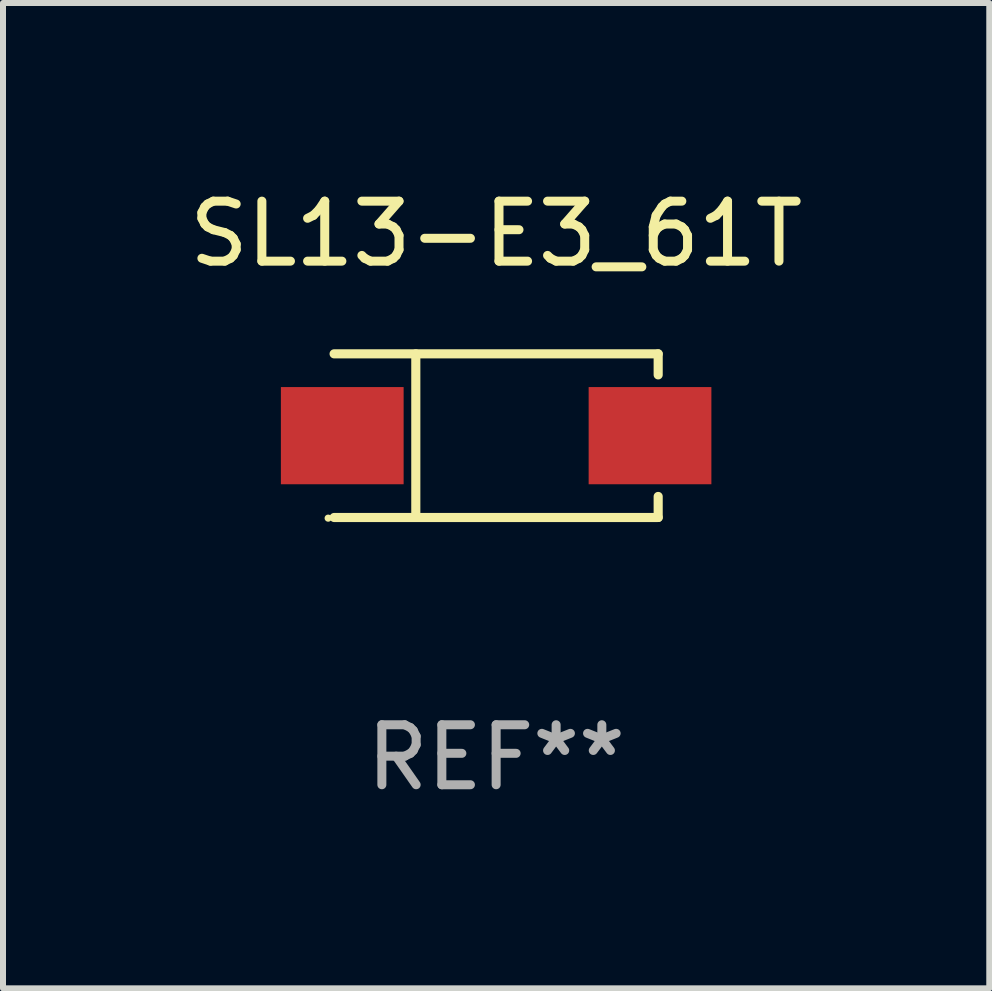
<source format=kicad_pcb>
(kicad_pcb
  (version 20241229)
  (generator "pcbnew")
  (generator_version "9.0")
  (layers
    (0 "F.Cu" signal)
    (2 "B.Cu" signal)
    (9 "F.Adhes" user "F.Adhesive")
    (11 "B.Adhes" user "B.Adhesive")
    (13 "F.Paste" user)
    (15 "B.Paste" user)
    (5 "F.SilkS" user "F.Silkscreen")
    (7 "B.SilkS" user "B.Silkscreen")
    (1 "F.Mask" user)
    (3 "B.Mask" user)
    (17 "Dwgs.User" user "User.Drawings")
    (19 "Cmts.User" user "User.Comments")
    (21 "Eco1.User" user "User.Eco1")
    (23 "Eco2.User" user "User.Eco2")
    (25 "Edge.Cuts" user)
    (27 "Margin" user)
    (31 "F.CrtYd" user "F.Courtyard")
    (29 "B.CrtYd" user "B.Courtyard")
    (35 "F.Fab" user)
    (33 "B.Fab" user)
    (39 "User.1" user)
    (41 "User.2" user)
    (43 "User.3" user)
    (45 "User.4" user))
  (footprint "SL13-E3_61T"
    (layer "F.Cu")
    (at 5.22 4.212)
    (property "Reference" "SL13-E3_61T" (at 0 -3.364 0) (layer "F.SilkS") (effects (font (size 1 1) (thickness 0.15))))
    (attr through_hole)
    (fp_line (start -2.701 -1.364) (end 2.701 -1.364) (stroke (width 0.152) (type solid)) (layer "F.SilkS"))
    (fp_line (start -2.701 1.364) (end 2.701 1.364) (stroke (width 0.152) (type solid)) (layer "F.SilkS"))
    (fp_line (start -1.339 -1.364) (end -1.339 1.364) (stroke (width 0.152) (type solid)) (layer "F.SilkS"))
    (fp_line (start 2.701 -1.364) (end 2.701 -1.013) (stroke (width 0.152) (type solid)) (layer "F.SilkS"))
    (fp_line (start 2.701 1.364) (end 2.701 1.013) (stroke (width 0.152) (type solid)) (layer "F.SilkS"))
    (fp_circle (center -2.8 1.375) (end -2.77 1.375) (stroke (width 0.06) (type solid)) (fill no) (layer "F.SilkS"))
    (fp_text user "REF**" (at 0 5.364 0) (layer "F.Fab") (effects (font (size 1 1) (thickness 0.15))))
    (pad "1" smd rect (at -2.565 -0.000025) (size 2.046 1.62) (layers "F.Cu" "F.Mask" "F.Paste"))
    (pad "2" smd rect (at 2.565 -0.000025) (size 2.046 1.62) (layers "F.Cu" "F.Mask" "F.Paste")))
  (gr_rect
    (start -3 -3)
    (end 13.44 13.424)
    (stroke (width 0.1) (type default))
    (fill no)
    (layer "Edge.Cuts")))
</source>
